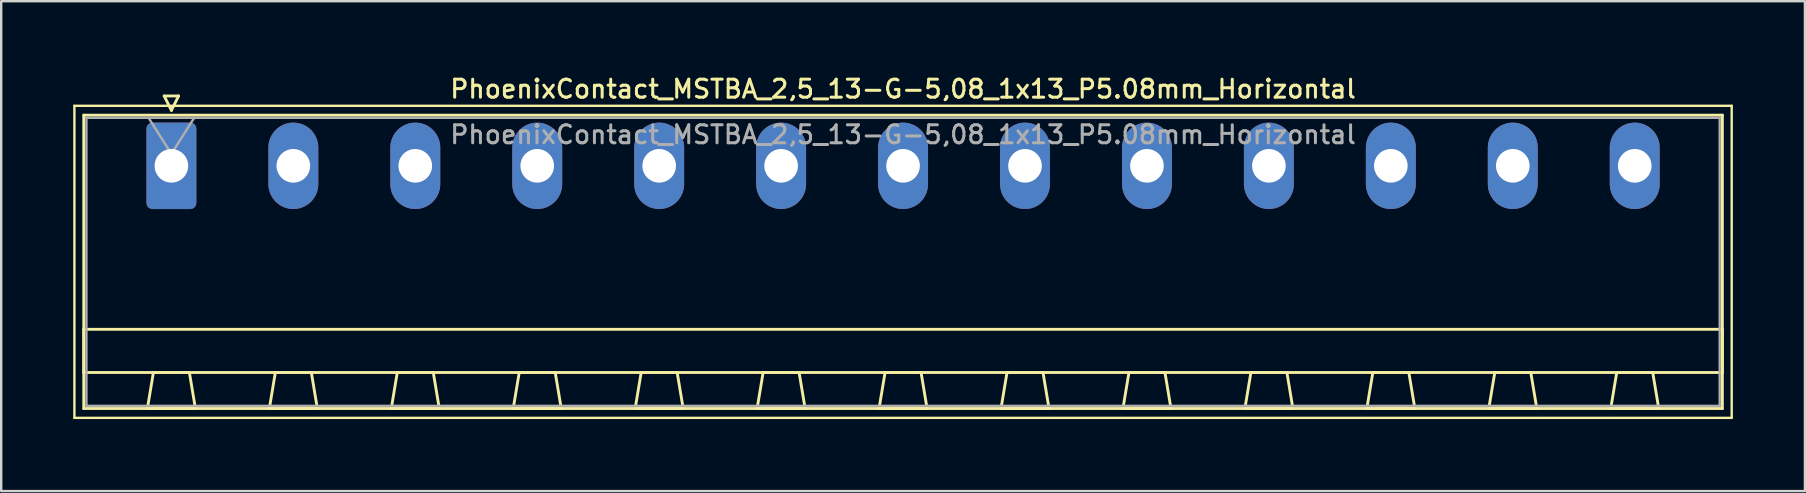
<source format=kicad_pcb>
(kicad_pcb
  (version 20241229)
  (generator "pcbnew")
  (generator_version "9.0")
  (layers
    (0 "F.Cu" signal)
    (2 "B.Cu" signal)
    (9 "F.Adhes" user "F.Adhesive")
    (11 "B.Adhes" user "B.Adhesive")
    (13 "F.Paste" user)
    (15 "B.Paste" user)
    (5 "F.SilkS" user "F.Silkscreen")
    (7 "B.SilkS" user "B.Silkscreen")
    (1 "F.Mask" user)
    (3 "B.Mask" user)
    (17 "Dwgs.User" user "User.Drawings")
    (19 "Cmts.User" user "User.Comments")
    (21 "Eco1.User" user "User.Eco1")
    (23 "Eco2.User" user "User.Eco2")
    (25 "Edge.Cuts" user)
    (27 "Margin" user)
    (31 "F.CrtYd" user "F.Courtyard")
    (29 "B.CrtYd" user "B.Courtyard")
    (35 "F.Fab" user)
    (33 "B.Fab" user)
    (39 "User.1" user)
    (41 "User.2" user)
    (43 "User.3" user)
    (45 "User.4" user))
  (footprint "PhoenixContact_MSTBA_2,5_13-G-5,08_1x13_P5.08mm_Horizontal"
    (layer "F.Cu")
    (at 4.09 3.858)
    (property "Reference" "PhoenixContact_MSTBA_2,5_13-G-5,08_1x13_P5.08mm_Horizontal" (at 30.48 -3.2 0) (layer "F.SilkS") (effects (font (size 0.75 0.75) (thickness 0.125))))
    (attr through_hole)
    (fp_line (start -4.04 -2.5) (end -4.04 10.5) (stroke (width 0.1) (type solid)) (layer "F.SilkS"))
    (fp_line (start -4.04 10.5) (end 65 10.5) (stroke (width 0.1) (type solid)) (layer "F.SilkS"))
    (fp_line (start -3.65 -2.11) (end -3.65 10.11) (stroke (width 0.12) (type solid)) (layer "F.SilkS"))
    (fp_line (start -3.65 6.81) (end 64.61 6.81) (stroke (width 0.12) (type solid)) (layer "F.SilkS"))
    (fp_line (start -3.65 8.61) (end -3.65 6.81) (stroke (width 0.12) (type solid)) (layer "F.SilkS"))
    (fp_line (start -3.65 10.11) (end 64.61 10.11) (stroke (width 0.12) (type solid)) (layer "F.SilkS"))
    (fp_line (start -1 10.11) (end 1 10.11) (stroke (width 0.12) (type solid)) (layer "F.SilkS"))
    (fp_line (start -0.75 8.61) (end -1 10.11) (stroke (width 0.12) (type solid)) (layer "F.SilkS"))
    (fp_line (start -0.3 -2.91) (end 0.3 -2.91) (stroke (width 0.12) (type solid)) (layer "F.SilkS"))
    (fp_line (start 0 -2.31) (end -0.3 -2.91) (stroke (width 0.12) (type solid)) (layer "F.SilkS"))
    (fp_line (start 0.3 -2.91) (end 0 -2.31) (stroke (width 0.12) (type solid)) (layer "F.SilkS"))
    (fp_line (start 0.75 8.61) (end -0.75 8.61) (stroke (width 0.12) (type solid)) (layer "F.SilkS"))
    (fp_line (start 1 10.11) (end 0.75 8.61) (stroke (width 0.12) (type solid)) (layer "F.SilkS"))
    (fp_line (start 4.08 10.11) (end 6.08 10.11) (stroke (width 0.12) (type solid)) (layer "F.SilkS"))
    (fp_line (start 4.33 8.61) (end 4.08 10.11) (stroke (width 0.12) (type solid)) (layer "F.SilkS"))
    (fp_line (start 5.83 8.61) (end 4.33 8.61) (stroke (width 0.12) (type solid)) (layer "F.SilkS"))
    (fp_line (start 6.08 10.11) (end 5.83 8.61) (stroke (width 0.12) (type solid)) (layer "F.SilkS"))
    (fp_line (start 9.16 10.11) (end 11.16 10.11) (stroke (width 0.12) (type solid)) (layer "F.SilkS"))
    (fp_line (start 9.41 8.61) (end 9.16 10.11) (stroke (width 0.12) (type solid)) (layer "F.SilkS"))
    (fp_line (start 10.91 8.61) (end 9.41 8.61) (stroke (width 0.12) (type solid)) (layer "F.SilkS"))
    (fp_line (start 11.16 10.11) (end 10.91 8.61) (stroke (width 0.12) (type solid)) (layer "F.SilkS"))
    (fp_line (start 14.24 10.11) (end 16.24 10.11) (stroke (width 0.12) (type solid)) (layer "F.SilkS"))
    (fp_line (start 14.49 8.61) (end 14.24 10.11) (stroke (width 0.12) (type solid)) (layer "F.SilkS"))
    (fp_line (start 15.99 8.61) (end 14.49 8.61) (stroke (width 0.12) (type solid)) (layer "F.SilkS"))
    (fp_line (start 16.24 10.11) (end 15.99 8.61) (stroke (width 0.12) (type solid)) (layer "F.SilkS"))
    (fp_line (start 19.32 10.11) (end 21.32 10.11) (stroke (width 0.12) (type solid)) (layer "F.SilkS"))
    (fp_line (start 19.57 8.61) (end 19.32 10.11) (stroke (width 0.12) (type solid)) (layer "F.SilkS"))
    (fp_line (start 21.07 8.61) (end 19.57 8.61) (stroke (width 0.12) (type solid)) (layer "F.SilkS"))
    (fp_line (start 21.32 10.11) (end 21.07 8.61) (stroke (width 0.12) (type solid)) (layer "F.SilkS"))
    (fp_line (start 24.4 10.11) (end 26.4 10.11) (stroke (width 0.12) (type solid)) (layer "F.SilkS"))
    (fp_line (start 24.65 8.61) (end 24.4 10.11) (stroke (width 0.12) (type solid)) (layer "F.SilkS"))
    (fp_line (start 26.15 8.61) (end 24.65 8.61) (stroke (width 0.12) (type solid)) (layer "F.SilkS"))
    (fp_line (start 26.4 10.11) (end 26.15 8.61) (stroke (width 0.12) (type solid)) (layer "F.SilkS"))
    (fp_line (start 29.48 10.11) (end 31.48 10.11) (stroke (width 0.12) (type solid)) (layer "F.SilkS"))
    (fp_line (start 29.73 8.61) (end 29.48 10.11) (stroke (width 0.12) (type solid)) (layer "F.SilkS"))
    (fp_line (start 31.23 8.61) (end 29.73 8.61) (stroke (width 0.12) (type solid)) (layer "F.SilkS"))
    (fp_line (start 31.48 10.11) (end 31.23 8.61) (stroke (width 0.12) (type solid)) (layer "F.SilkS"))
    (fp_line (start 34.56 10.11) (end 36.56 10.11) (stroke (width 0.12) (type solid)) (layer "F.SilkS"))
    (fp_line (start 34.81 8.61) (end 34.56 10.11) (stroke (width 0.12) (type solid)) (layer "F.SilkS"))
    (fp_line (start 36.31 8.61) (end 34.81 8.61) (stroke (width 0.12) (type solid)) (layer "F.SilkS"))
    (fp_line (start 36.56 10.11) (end 36.31 8.61) (stroke (width 0.12) (type solid)) (layer "F.SilkS"))
    (fp_line (start 39.64 10.11) (end 41.64 10.11) (stroke (width 0.12) (type solid)) (layer "F.SilkS"))
    (fp_line (start 39.89 8.61) (end 39.64 10.11) (stroke (width 0.12) (type solid)) (layer "F.SilkS"))
    (fp_line (start 41.39 8.61) (end 39.89 8.61) (stroke (width 0.12) (type solid)) (layer "F.SilkS"))
    (fp_line (start 41.64 10.11) (end 41.39 8.61) (stroke (width 0.12) (type solid)) (layer "F.SilkS"))
    (fp_line (start 44.72 10.11) (end 46.72 10.11) (stroke (width 0.12) (type solid)) (layer "F.SilkS"))
    (fp_line (start 44.97 8.61) (end 44.72 10.11) (stroke (width 0.12) (type solid)) (layer "F.SilkS"))
    (fp_line (start 46.47 8.61) (end 44.97 8.61) (stroke (width 0.12) (type solid)) (layer "F.SilkS"))
    (fp_line (start 46.72 10.11) (end 46.47 8.61) (stroke (width 0.12) (type solid)) (layer "F.SilkS"))
    (fp_line (start 49.8 10.11) (end 51.8 10.11) (stroke (width 0.12) (type solid)) (layer "F.SilkS"))
    (fp_line (start 50.05 8.61) (end 49.8 10.11) (stroke (width 0.12) (type solid)) (layer "F.SilkS"))
    (fp_line (start 51.55 8.61) (end 50.05 8.61) (stroke (width 0.12) (type solid)) (layer "F.SilkS"))
    (fp_line (start 51.8 10.11) (end 51.55 8.61) (stroke (width 0.12) (type solid)) (layer "F.SilkS"))
    (fp_line (start 54.88 10.11) (end 56.88 10.11) (stroke (width 0.12) (type solid)) (layer "F.SilkS"))
    (fp_line (start 55.13 8.61) (end 54.88 10.11) (stroke (width 0.12) (type solid)) (layer "F.SilkS"))
    (fp_line (start 56.63 8.61) (end 55.13 8.61) (stroke (width 0.12) (type solid)) (layer "F.SilkS"))
    (fp_line (start 56.88 10.11) (end 56.63 8.61) (stroke (width 0.12) (type solid)) (layer "F.SilkS"))
    (fp_line (start 59.96 10.11) (end 61.96 10.11) (stroke (width 0.12) (type solid)) (layer "F.SilkS"))
    (fp_line (start 60.21 8.61) (end 59.96 10.11) (stroke (width 0.12) (type solid)) (layer "F.SilkS"))
    (fp_line (start 61.71 8.61) (end 60.21 8.61) (stroke (width 0.12) (type solid)) (layer "F.SilkS"))
    (fp_line (start 61.96 10.11) (end 61.71 8.61) (stroke (width 0.12) (type solid)) (layer "F.SilkS"))
    (fp_line (start 64.61 -2.11) (end -3.65 -2.11) (stroke (width 0.12) (type solid)) (layer "F.SilkS"))
    (fp_line (start 64.61 6.81) (end 64.61 8.61) (stroke (width 0.12) (type solid)) (layer "F.SilkS"))
    (fp_line (start 64.61 8.61) (end -3.65 8.61) (stroke (width 0.12) (type solid)) (layer "F.SilkS"))
    (fp_line (start 64.61 10.11) (end 64.61 -2.11) (stroke (width 0.12) (type solid)) (layer "F.SilkS"))
    (fp_line (start 65 -2.5) (end -4.04 -2.5) (stroke (width 0.1) (type solid)) (layer "F.SilkS"))
    (fp_line (start 65 10.5) (end 65 -2.5) (stroke (width 0.1) (type solid)) (layer "F.SilkS"))
    (fp_line (start -3.54 -2) (end -3.54 10) (stroke (width 0.1) (type solid)) (layer "F.Fab"))
    (fp_line (start -3.54 10) (end 64.5 10) (stroke (width 0.1) (type solid)) (layer "F.Fab"))
    (fp_line (start 0 -0.5) (end -0.95 -2) (stroke (width 0.1) (type solid)) (layer "F.Fab"))
    (fp_line (start 0.95 -2) (end 0 -0.5) (stroke (width 0.1) (type solid)) (layer "F.Fab"))
    (fp_line (start 64.5 -2) (end -3.54 -2) (stroke (width 0.1) (type solid)) (layer "F.Fab"))
    (fp_line (start 64.5 10) (end 64.5 -2) (stroke (width 0.1) (type solid)) (layer "F.Fab"))
    (fp_text user "${REFERENCE}" (at 30.48 -1.3 0) (layer "F.Fab") (effects (font (size 0.75 0.75) (thickness 0.125))))
    (pad "1" thru_hole roundrect (at 0 0) (size 2.08 3.6) (drill 1.4) (layers "*.Cu" "*.Mask") (roundrect_rratio 0.12))
    (pad "2" thru_hole oval (at 5.08 0) (size 2.08 3.6) (drill 1.4) (layers "*.Cu" "*.Mask"))
    (pad "3" thru_hole oval (at 10.16 0) (size 2.08 3.6) (drill 1.4) (layers "*.Cu" "*.Mask"))
    (pad "4" thru_hole oval (at 15.24 0) (size 2.08 3.6) (drill 1.4) (layers "*.Cu" "*.Mask"))
    (pad "5" thru_hole oval (at 20.32 0) (size 2.08 3.6) (drill 1.4) (layers "*.Cu" "*.Mask"))
    (pad "6" thru_hole oval (at 25.4 0) (size 2.08 3.6) (drill 1.4) (layers "*.Cu" "*.Mask"))
    (pad "7" thru_hole oval (at 30.48 0) (size 2.08 3.6) (drill 1.4) (layers "*.Cu" "*.Mask"))
    (pad "8" thru_hole oval (at 35.56 0) (size 2.08 3.6) (drill 1.4) (layers "*.Cu" "*.Mask"))
    (pad "9" thru_hole oval (at 40.64 0) (size 2.08 3.6) (drill 1.4) (layers "*.Cu" "*.Mask"))
    (pad "10" thru_hole oval (at 45.72 0) (size 2.08 3.6) (drill 1.4) (layers "*.Cu" "*.Mask"))
    (pad "11" thru_hole oval (at 50.8 0) (size 2.08 3.6) (drill 1.4) (layers "*.Cu" "*.Mask"))
    (pad "12" thru_hole oval (at 55.88 0) (size 2.08 3.6) (drill 1.4) (layers "*.Cu" "*.Mask"))
    (pad "13" thru_hole oval (at 60.96 0) (size 2.08 3.6) (drill 1.4) (layers "*.Cu" "*.Mask")))
  (gr_rect
    (start -3 -3)
    (end 72.14 17.408)
    (stroke (width 0.1) (type default))
    (fill no)
    (layer "Edge.Cuts")))
</source>
